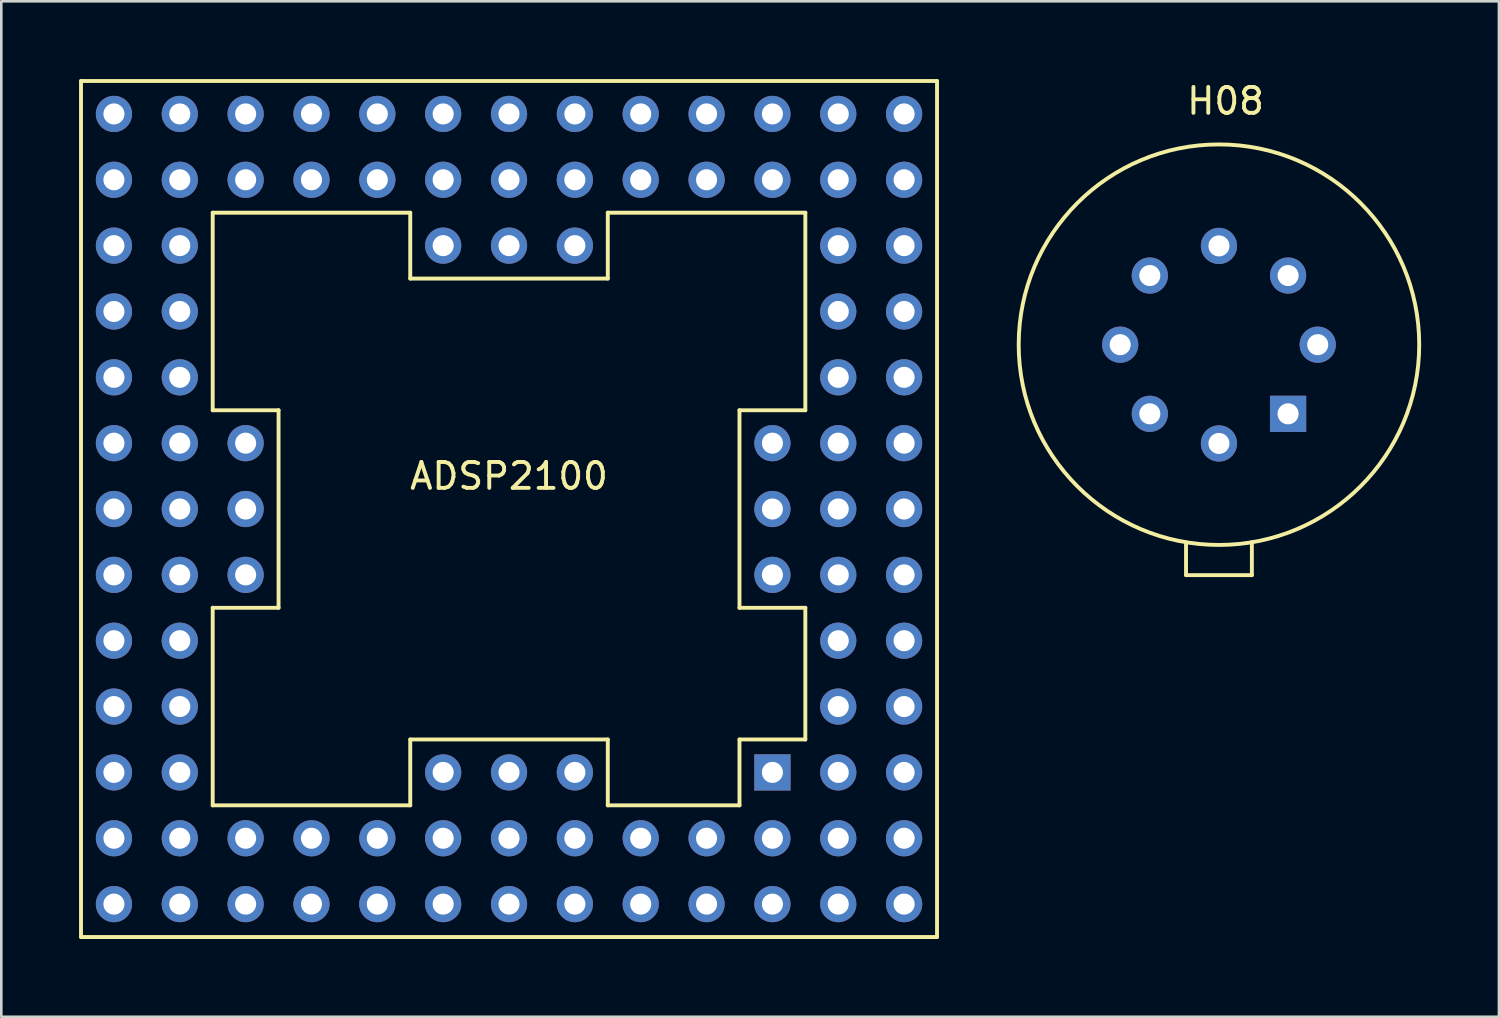
<source format=kicad_pcb>
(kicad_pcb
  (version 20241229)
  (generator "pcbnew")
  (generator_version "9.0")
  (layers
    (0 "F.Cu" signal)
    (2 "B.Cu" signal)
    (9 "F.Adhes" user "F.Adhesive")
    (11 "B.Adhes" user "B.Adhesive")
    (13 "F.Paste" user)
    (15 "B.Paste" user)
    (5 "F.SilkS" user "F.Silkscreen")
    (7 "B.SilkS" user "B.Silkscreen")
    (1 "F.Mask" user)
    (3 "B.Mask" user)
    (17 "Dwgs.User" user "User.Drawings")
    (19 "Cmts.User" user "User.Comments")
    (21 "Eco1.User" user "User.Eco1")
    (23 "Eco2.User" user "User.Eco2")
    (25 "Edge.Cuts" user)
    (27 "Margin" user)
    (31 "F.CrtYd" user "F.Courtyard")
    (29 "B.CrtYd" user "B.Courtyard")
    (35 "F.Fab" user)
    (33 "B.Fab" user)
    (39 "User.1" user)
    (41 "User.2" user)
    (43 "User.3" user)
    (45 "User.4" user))
  (footprint "ADSP2100"
    (layer "F.Cu")
    (at 16.585 16.585)
    (property "Reference" "ADSP2100" (at 0 -1.27 0) (layer "F.SilkS") (effects (font (size 1 1) (thickness 0.15))))
    (attr through_hole)
    (fp_line (start -16.51 -16.51) (end 16.51 -16.51) (stroke (width 0.15) (type solid)) (layer "F.SilkS"))
    (fp_line (start -16.51 16.51) (end -16.51 -16.51) (stroke (width 0.15) (type solid)) (layer "F.SilkS"))
    (fp_line (start -11.43 -11.43) (end -3.81 -11.43) (stroke (width 0.15) (type solid)) (layer "F.SilkS"))
    (fp_line (start -11.43 -3.81) (end -11.43 -11.43) (stroke (width 0.15) (type solid)) (layer "F.SilkS"))
    (fp_line (start -11.43 3.81) (end -8.89 3.81) (stroke (width 0.15) (type solid)) (layer "F.SilkS"))
    (fp_line (start -11.43 11.43) (end -11.43 3.81) (stroke (width 0.15) (type solid)) (layer "F.SilkS"))
    (fp_line (start -8.89 -3.81) (end -11.43 -3.81) (stroke (width 0.15) (type solid)) (layer "F.SilkS"))
    (fp_line (start -8.89 3.81) (end -8.89 -3.81) (stroke (width 0.15) (type solid)) (layer "F.SilkS"))
    (fp_line (start -3.81 -11.43) (end -3.81 -8.89) (stroke (width 0.15) (type solid)) (layer "F.SilkS"))
    (fp_line (start -3.81 -8.89) (end 3.81 -8.89) (stroke (width 0.15) (type solid)) (layer "F.SilkS"))
    (fp_line (start -3.81 8.89) (end -3.81 11.43) (stroke (width 0.15) (type solid)) (layer "F.SilkS"))
    (fp_line (start -3.81 11.43) (end -11.43 11.43) (stroke (width 0.15) (type solid)) (layer "F.SilkS"))
    (fp_line (start 3.81 -11.43) (end 11.43 -11.43) (stroke (width 0.15) (type solid)) (layer "F.SilkS"))
    (fp_line (start 3.81 -8.89) (end 3.81 -11.43) (stroke (width 0.15) (type solid)) (layer "F.SilkS"))
    (fp_line (start 3.81 8.89) (end -3.81 8.89) (stroke (width 0.15) (type solid)) (layer "F.SilkS"))
    (fp_line (start 3.81 11.43) (end 3.81 8.89) (stroke (width 0.15) (type solid)) (layer "F.SilkS"))
    (fp_line (start 8.89 -3.81) (end 8.89 3.81) (stroke (width 0.15) (type solid)) (layer "F.SilkS"))
    (fp_line (start 8.89 3.81) (end 11.43 3.81) (stroke (width 0.15) (type solid)) (layer "F.SilkS"))
    (fp_line (start 8.89 8.89) (end 8.89 11.43) (stroke (width 0.15) (type solid)) (layer "F.SilkS"))
    (fp_line (start 8.89 11.43) (end 3.81 11.43) (stroke (width 0.15) (type solid)) (layer "F.SilkS"))
    (fp_line (start 11.43 -11.43) (end 11.43 -3.81) (stroke (width 0.15) (type solid)) (layer "F.SilkS"))
    (fp_line (start 11.43 -3.81) (end 8.89 -3.81) (stroke (width 0.15) (type solid)) (layer "F.SilkS"))
    (fp_line (start 11.43 3.81) (end 11.43 8.89) (stroke (width 0.15) (type solid)) (layer "F.SilkS"))
    (fp_line (start 11.43 8.89) (end 8.89 8.89) (stroke (width 0.15) (type solid)) (layer "F.SilkS"))
    (fp_line (start 16.51 -16.51) (end 16.51 16.51) (stroke (width 0.15) (type solid)) (layer "F.SilkS"))
    (fp_line (start 16.51 16.51) (end -16.51 16.51) (stroke (width 0.15) (type solid)) (layer "F.SilkS"))
    (pad "A1" thru_hole circle (at 15.24 15.24) (size 1.397 1.397) (drill 0.813) (layers "*.Cu" "*.Mask"))
    (pad "A2" thru_hole circle (at 12.7 15.24) (size 1.397 1.397) (drill 0.813) (layers "*.Cu" "*.Mask"))
    (pad "A3" thru_hole circle (at 10.16 15.24) (size 1.397 1.397) (drill 0.813) (layers "*.Cu" "*.Mask"))
    (pad "A4" thru_hole circle (at 7.62 15.24) (size 1.397 1.397) (drill 0.813) (layers "*.Cu" "*.Mask"))
    (pad "A5" thru_hole circle (at 5.08 15.24) (size 1.397 1.397) (drill 0.813) (layers "*.Cu" "*.Mask"))
    (pad "A6" thru_hole circle (at 2.54 15.24) (size 1.397 1.397) (drill 0.813) (layers "*.Cu" "*.Mask"))
    (pad "A7" thru_hole circle (at 0 15.24) (size 1.397 1.397) (drill 0.813) (layers "*.Cu" "*.Mask"))
    (pad "A8" thru_hole circle (at -2.54 15.24) (size 1.397 1.397) (drill 0.813) (layers "*.Cu" "*.Mask"))
    (pad "A9" thru_hole circle (at -5.08 15.24) (size 1.397 1.397) (drill 0.813) (layers "*.Cu" "*.Mask"))
    (pad "A10" thru_hole circle (at -7.62 15.24) (size 1.397 1.397) (drill 0.813) (layers "*.Cu" "*.Mask"))
    (pad "A11" thru_hole circle (at -10.16 15.24) (size 1.397 1.397) (drill 0.813) (layers "*.Cu" "*.Mask"))
    (pad "A12" thru_hole circle (at -12.7 15.24) (size 1.397 1.397) (drill 0.813) (layers "*.Cu" "*.Mask"))
    (pad "A13" thru_hole circle (at -15.24 15.24) (size 1.397 1.397) (drill 0.813) (layers "*.Cu" "*.Mask"))
    (pad "B1" thru_hole circle (at 15.24 12.7) (size 1.397 1.397) (drill 0.813) (layers "*.Cu" "*.Mask"))
    (pad "B2" thru_hole circle (at 12.7 12.7) (size 1.397 1.397) (drill 0.813) (layers "*.Cu" "*.Mask"))
    (pad "B3" thru_hole circle (at 10.16 12.7) (size 1.397 1.397) (drill 0.813) (layers "*.Cu" "*.Mask"))
    (pad "B4" thru_hole circle (at 7.62 12.7) (size 1.397 1.397) (drill 0.813) (layers "*.Cu" "*.Mask"))
    (pad "B5" thru_hole circle (at 5.08 12.7) (size 1.397 1.397) (drill 0.813) (layers "*.Cu" "*.Mask"))
    (pad "B6" thru_hole circle (at 2.54 12.7) (size 1.397 1.397) (drill 0.813) (layers "*.Cu" "*.Mask"))
    (pad "B7" thru_hole circle (at 0 12.7) (size 1.397 1.397) (drill 0.813) (layers "*.Cu" "*.Mask"))
    (pad "B8" thru_hole circle (at -2.54 12.7) (size 1.397 1.397) (drill 0.813) (layers "*.Cu" "*.Mask"))
    (pad "B9" thru_hole circle (at -5.08 12.7) (size 1.397 1.397) (drill 0.813) (layers "*.Cu" "*.Mask"))
    (pad "B10" thru_hole circle (at -7.62 12.7) (size 1.397 1.397) (drill 0.813) (layers "*.Cu" "*.Mask"))
    (pad "B11" thru_hole circle (at -10.16 12.7) (size 1.397 1.397) (drill 0.813) (layers "*.Cu" "*.Mask"))
    (pad "B12" thru_hole circle (at -12.7 12.7) (size 1.397 1.397) (drill 0.813) (layers "*.Cu" "*.Mask"))
    (pad "B13" thru_hole circle (at -15.24 12.7) (size 1.397 1.397) (drill 0.813) (layers "*.Cu" "*.Mask"))
    (pad "C1" thru_hole circle (at 15.24 10.16) (size 1.397 1.397) (drill 0.813) (layers "*.Cu" "*.Mask"))
    (pad "C2" thru_hole circle (at 12.7 10.16) (size 1.397 1.397) (drill 0.813) (layers "*.Cu" "*.Mask"))
    (pad "C3" thru_hole rect (at 10.16 10.16) (size 1.397 1.397) (drill 0.813) (layers "*.Cu" "*.Mask"))
    (pad "C6" thru_hole circle (at 2.54 10.16) (size 1.397 1.397) (drill 0.813) (layers "*.Cu" "*.Mask"))
    (pad "C7" thru_hole circle (at 0 10.16) (size 1.397 1.397) (drill 0.813) (layers "*.Cu" "*.Mask"))
    (pad "C8" thru_hole circle (at -2.54 10.16) (size 1.397 1.397) (drill 0.813) (layers "*.Cu" "*.Mask"))
    (pad "C12" thru_hole circle (at -12.7 10.16) (size 1.397 1.397) (drill 0.813) (layers "*.Cu" "*.Mask"))
    (pad "C13" thru_hole circle (at -15.24 10.16) (size 1.397 1.397) (drill 0.813) (layers "*.Cu" "*.Mask"))
    (pad "D1" thru_hole circle (at 15.24 7.62) (size 1.397 1.397) (drill 0.813) (layers "*.Cu" "*.Mask"))
    (pad "D2" thru_hole circle (at 12.7 7.62) (size 1.397 1.397) (drill 0.813) (layers "*.Cu" "*.Mask"))
    (pad "D12" thru_hole circle (at -12.7 7.62) (size 1.397 1.397) (drill 0.813) (layers "*.Cu" "*.Mask"))
    (pad "D13" thru_hole circle (at -15.24 7.62) (size 1.397 1.397) (drill 0.813) (layers "*.Cu" "*.Mask"))
    (pad "E1" thru_hole circle (at 15.24 5.08) (size 1.397 1.397) (drill 0.813) (layers "*.Cu" "*.Mask"))
    (pad "E2" thru_hole circle (at 12.7 5.08) (size 1.397 1.397) (drill 0.813) (layers "*.Cu" "*.Mask"))
    (pad "E12" thru_hole circle (at -12.7 5.08) (size 1.397 1.397) (drill 0.813) (layers "*.Cu" "*.Mask"))
    (pad "E13" thru_hole circle (at -15.24 5.08) (size 1.397 1.397) (drill 0.813) (layers "*.Cu" "*.Mask"))
    (pad "F1" thru_hole circle (at 15.24 2.54) (size 1.397 1.397) (drill 0.813) (layers "*.Cu" "*.Mask"))
    (pad "F2" thru_hole circle (at 12.7 2.54) (size 1.397 1.397) (drill 0.813) (layers "*.Cu" "*.Mask"))
    (pad "F3" thru_hole circle (at 10.16 2.54) (size 1.397 1.397) (drill 0.813) (layers "*.Cu" "*.Mask"))
    (pad "F11" thru_hole circle (at -10.16 2.54) (size 1.397 1.397) (drill 0.813) (layers "*.Cu" "*.Mask"))
    (pad "F12" thru_hole circle (at -12.7 2.54) (size 1.397 1.397) (drill 0.813) (layers "*.Cu" "*.Mask"))
    (pad "F13" thru_hole circle (at -15.24 2.54) (size 1.397 1.397) (drill 0.813) (layers "*.Cu" "*.Mask"))
    (pad "G1" thru_hole circle (at 15.24 0) (size 1.397 1.397) (drill 0.813) (layers "*.Cu" "*.Mask"))
    (pad "G2" thru_hole circle (at 12.7 0) (size 1.397 1.397) (drill 0.813) (layers "*.Cu" "*.Mask"))
    (pad "G3" thru_hole circle (at 10.16 0) (size 1.397 1.397) (drill 0.813) (layers "*.Cu" "*.Mask"))
    (pad "G11" thru_hole circle (at -10.16 0) (size 1.397 1.397) (drill 0.813) (layers "*.Cu" "*.Mask"))
    (pad "G12" thru_hole circle (at -12.7 0) (size 1.397 1.397) (drill 0.813) (layers "*.Cu" "*.Mask"))
    (pad "G13" thru_hole circle (at -15.24 0) (size 1.397 1.397) (drill 0.813) (layers "*.Cu" "*.Mask"))
    (pad "H1" thru_hole circle (at 15.24 -2.54) (size 1.397 1.397) (drill 0.813) (layers "*.Cu" "*.Mask"))
    (pad "H2" thru_hole circle (at 12.7 -2.54) (size 1.397 1.397) (drill 0.813) (layers "*.Cu" "*.Mask"))
    (pad "H3" thru_hole circle (at 10.16 -2.54) (size 1.397 1.397) (drill 0.813) (layers "*.Cu" "*.Mask"))
    (pad "H11" thru_hole circle (at -10.16 -2.54) (size 1.397 1.397) (drill 0.813) (layers "*.Cu" "*.Mask"))
    (pad "H12" thru_hole circle (at -12.7 -2.54) (size 1.397 1.397) (drill 0.813) (layers "*.Cu" "*.Mask"))
    (pad "H13" thru_hole circle (at -15.24 -2.54) (size 1.397 1.397) (drill 0.813) (layers "*.Cu" "*.Mask"))
    (pad "J1" thru_hole circle (at 15.24 -5.08) (size 1.397 1.397) (drill 0.813) (layers "*.Cu" "*.Mask"))
    (pad "J2" thru_hole circle (at 12.7 -5.08) (size 1.397 1.397) (drill 0.813) (layers "*.Cu" "*.Mask"))
    (pad "J12" thru_hole circle (at -12.7 -5.08) (size 1.397 1.397) (drill 0.813) (layers "*.Cu" "*.Mask"))
    (pad "J13" thru_hole circle (at -15.24 -5.08) (size 1.397 1.397) (drill 0.813) (layers "*.Cu" "*.Mask"))
    (pad "K1" thru_hole circle (at 15.24 -7.62) (size 1.397 1.397) (drill 0.813) (layers "*.Cu" "*.Mask"))
    (pad "K2" thru_hole circle (at 12.7 -7.62) (size 1.397 1.397) (drill 0.813) (layers "*.Cu" "*.Mask"))
    (pad "K12" thru_hole circle (at -12.7 -7.62) (size 1.397 1.397) (drill 0.813) (layers "*.Cu" "*.Mask"))
    (pad "K13" thru_hole circle (at -15.24 -7.62) (size 1.397 1.397) (drill 0.813) (layers "*.Cu" "*.Mask"))
    (pad "L1" thru_hole circle (at 15.24 -10.16) (size 1.397 1.397) (drill 0.813) (layers "*.Cu" "*.Mask"))
    (pad "L2" thru_hole circle (at 12.7 -10.16) (size 1.397 1.397) (drill 0.813) (layers "*.Cu" "*.Mask"))
    (pad "L6" thru_hole circle (at 2.54 -10.16) (size 1.397 1.397) (drill 0.813) (layers "*.Cu" "*.Mask"))
    (pad "L7" thru_hole circle (at 0 -10.16) (size 1.397 1.397) (drill 0.813) (layers "*.Cu" "*.Mask"))
    (pad "L8" thru_hole circle (at -2.54 -10.16) (size 1.397 1.397) (drill 0.813) (layers "*.Cu" "*.Mask"))
    (pad "L12" thru_hole circle (at -12.7 -10.16) (size 1.397 1.397) (drill 0.813) (layers "*.Cu" "*.Mask"))
    (pad "L13" thru_hole circle (at -15.24 -10.16) (size 1.397 1.397) (drill 0.813) (layers "*.Cu" "*.Mask"))
    (pad "M1" thru_hole circle (at 15.24 -12.7) (size 1.397 1.397) (drill 0.813) (layers "*.Cu" "*.Mask"))
    (pad "M2" thru_hole circle (at 12.7 -12.7) (size 1.397 1.397) (drill 0.813) (layers "*.Cu" "*.Mask"))
    (pad "M3" thru_hole circle (at 10.16 -12.7) (size 1.397 1.397) (drill 0.813) (layers "*.Cu" "*.Mask"))
    (pad "M4" thru_hole circle (at 7.62 -12.7) (size 1.397 1.397) (drill 0.813) (layers "*.Cu" "*.Mask"))
    (pad "M5" thru_hole circle (at 5.08 -12.7) (size 1.397 1.397) (drill 0.813) (layers "*.Cu" "*.Mask"))
    (pad "M6" thru_hole circle (at 2.54 -12.7) (size 1.397 1.397) (drill 0.813) (layers "*.Cu" "*.Mask"))
    (pad "M7" thru_hole circle (at 0 -12.7) (size 1.397 1.397) (drill 0.813) (layers "*.Cu" "*.Mask"))
    (pad "M8" thru_hole circle (at -2.54 -12.7) (size 1.397 1.397) (drill 0.813) (layers "*.Cu" "*.Mask"))
    (pad "M9" thru_hole circle (at -5.08 -12.7) (size 1.397 1.397) (drill 0.813) (layers "*.Cu" "*.Mask"))
    (pad "M10" thru_hole circle (at -7.62 -12.7) (size 1.397 1.397) (drill 0.813) (layers "*.Cu" "*.Mask"))
    (pad "M11" thru_hole circle (at -10.16 -12.7) (size 1.397 1.397) (drill 0.813) (layers "*.Cu" "*.Mask"))
    (pad "M12" thru_hole circle (at -12.7 -12.7) (size 1.397 1.397) (drill 0.813) (layers "*.Cu" "*.Mask"))
    (pad "M13" thru_hole circle (at -15.24 -12.7) (size 1.397 1.397) (drill 0.813) (layers "*.Cu" "*.Mask"))
    (pad "N1" thru_hole circle (at 15.24 -15.24) (size 1.397 1.397) (drill 0.813) (layers "*.Cu" "*.Mask"))
    (pad "N2" thru_hole circle (at 12.7 -15.24) (size 1.397 1.397) (drill 0.813) (layers "*.Cu" "*.Mask"))
    (pad "N3" thru_hole circle (at 10.16 -15.24) (size 1.397 1.397) (drill 0.813) (layers "*.Cu" "*.Mask"))
    (pad "N4" thru_hole circle (at 7.62 -15.24) (size 1.397 1.397) (drill 0.813) (layers "*.Cu" "*.Mask"))
    (pad "N5" thru_hole circle (at 5.08 -15.24) (size 1.397 1.397) (drill 0.813) (layers "*.Cu" "*.Mask"))
    (pad "N6" thru_hole circle (at 2.54 -15.24) (size 1.397 1.397) (drill 0.813) (layers "*.Cu" "*.Mask"))
    (pad "N7" thru_hole circle (at 0 -15.24) (size 1.397 1.397) (drill 0.813) (layers "*.Cu" "*.Mask"))
    (pad "N8" thru_hole circle (at -2.54 -15.24) (size 1.397 1.397) (drill 0.813) (layers "*.Cu" "*.Mask"))
    (pad "N9" thru_hole circle (at -5.08 -15.24) (size 1.397 1.397) (drill 0.813) (layers "*.Cu" "*.Mask"))
    (pad "N10" thru_hole circle (at -7.62 -15.24) (size 1.397 1.397) (drill 0.813) (layers "*.Cu" "*.Mask"))
    (pad "N11" thru_hole circle (at -10.16 -15.24) (size 1.397 1.397) (drill 0.813) (layers "*.Cu" "*.Mask"))
    (pad "N12" thru_hole circle (at -12.7 -15.24) (size 1.397 1.397) (drill 0.813) (layers "*.Cu" "*.Mask"))
    (pad "N13" thru_hole circle (at -15.24 -15.24) (size 1.397 1.397) (drill 0.813) (layers "*.Cu" "*.Mask")))
  (footprint "H08"
    (layer "F.Cu")
    (at 43.97 10.246)
    (property "Reference" "H08" (at 0.254 -9.398 0) (layer "F.SilkS") (effects (font (size 1 1) (thickness 0.15))))
    (attr through_hole)
    (fp_line (start -1.27 7.62) (end -1.27 8.89) (stroke (width 0.15) (type solid)) (layer "F.SilkS"))
    (fp_line (start -1.27 8.89) (end 1.27 8.89) (stroke (width 0.15) (type solid)) (layer "F.SilkS"))
    (fp_line (start 1.27 8.89) (end 1.27 7.62) (stroke (width 0.15) (type solid)) (layer "F.SilkS"))
    (fp_circle (center 0 0) (end 1.27 7.62) (stroke (width 0.15) (type solid)) (fill no) (layer "F.SilkS"))
    (pad "1" thru_hole rect (at 2.667 2.667) (size 1.397 1.397) (drill 0.813) (layers "*.Cu" "*.Mask"))
    (pad "2" thru_hole circle (at 3.81 0) (size 1.397 1.397) (drill 0.813) (layers "*.Cu" "*.Mask"))
    (pad "3" thru_hole circle (at 2.667 -2.667) (size 1.397 1.397) (drill 0.813) (layers "*.Cu" "*.Mask"))
    (pad "4" thru_hole circle (at 0 -3.81) (size 1.397 1.397) (drill 0.813) (layers "*.Cu" "*.Mask"))
    (pad "5" thru_hole circle (at -2.667 -2.667) (size 1.397 1.397) (drill 0.813) (layers "*.Cu" "*.Mask"))
    (pad "6" thru_hole circle (at -3.81 0) (size 1.397 1.397) (drill 0.813) (layers "*.Cu" "*.Mask"))
    (pad "7" thru_hole circle (at -2.667 2.667) (size 1.397 1.397) (drill 0.813) (layers "*.Cu" "*.Mask"))
    (pad "8" thru_hole circle (at 0 3.81) (size 1.397 1.397) (drill 0.813) (layers "*.Cu" "*.Mask")))
  (gr_rect
    (start -3 -3)
    (end 54.77 36.17)
    (stroke (width 0.1) (type default))
    (fill no)
    (layer "Edge.Cuts")))
</source>
